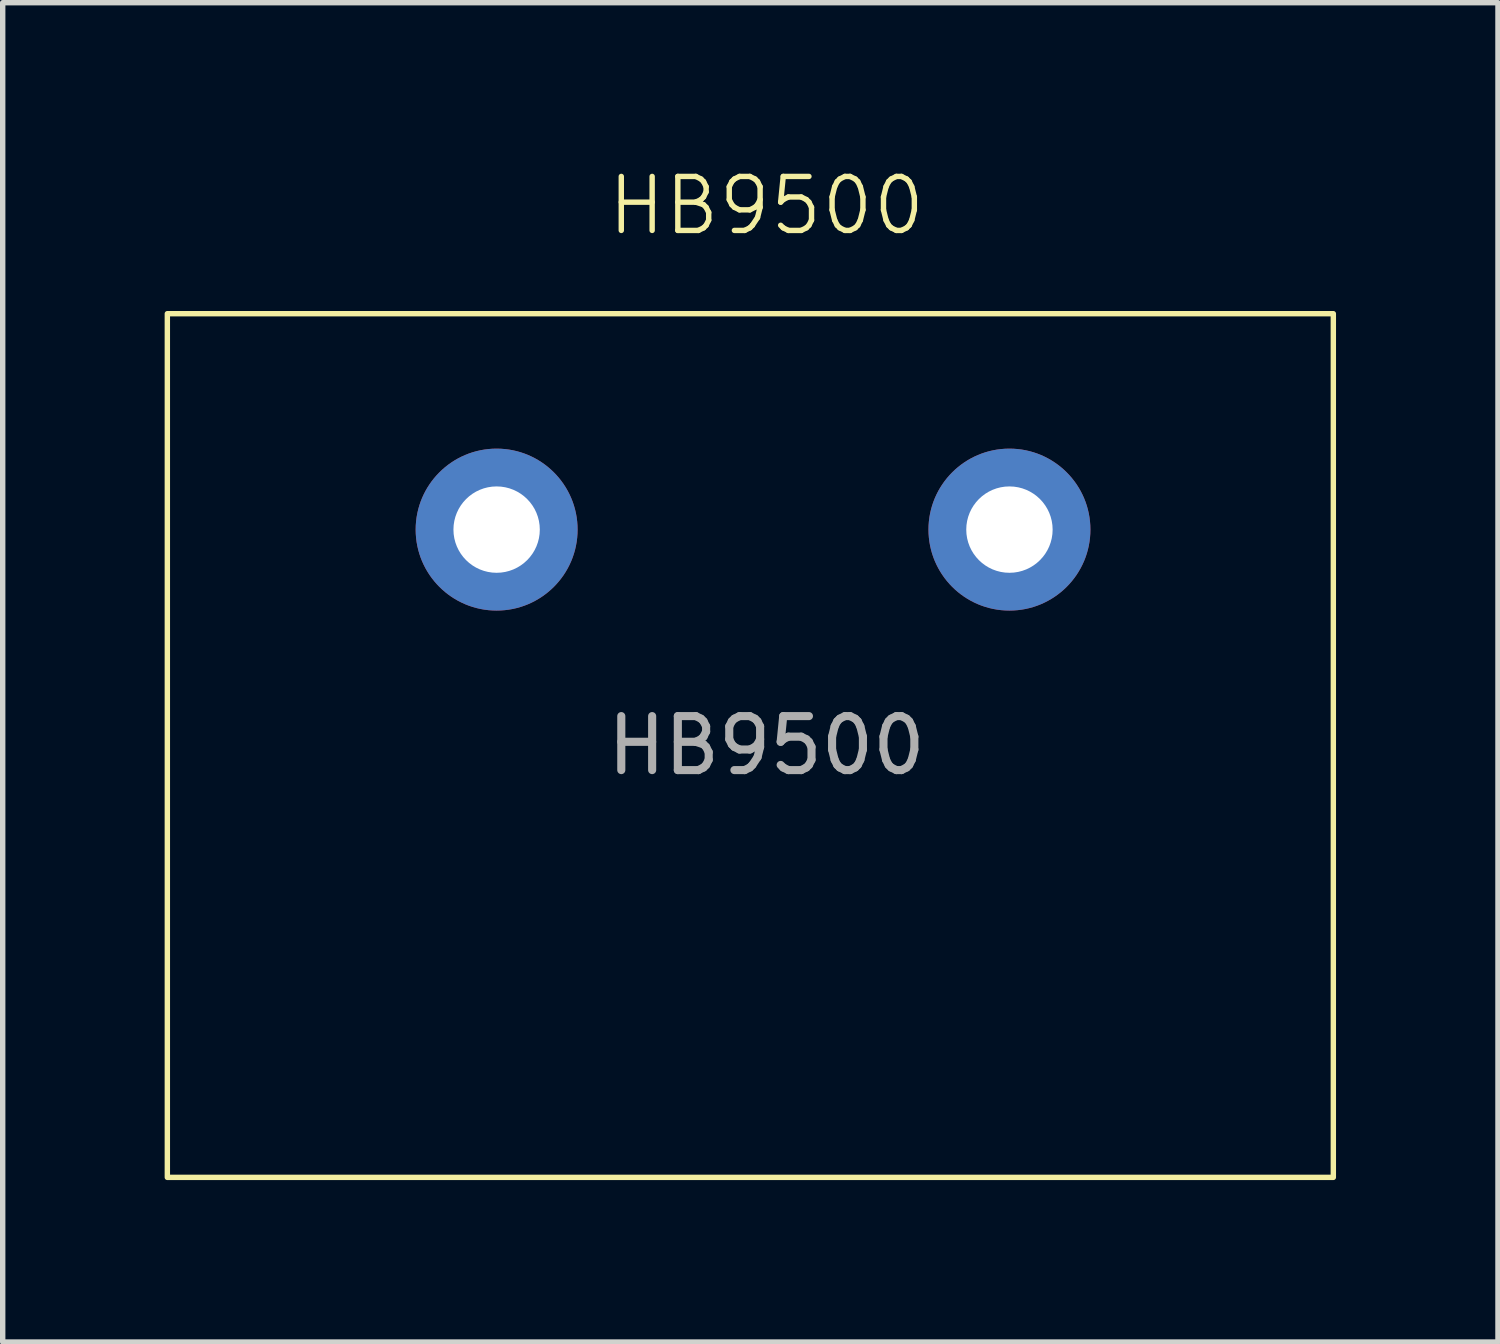
<source format=kicad_pcb>
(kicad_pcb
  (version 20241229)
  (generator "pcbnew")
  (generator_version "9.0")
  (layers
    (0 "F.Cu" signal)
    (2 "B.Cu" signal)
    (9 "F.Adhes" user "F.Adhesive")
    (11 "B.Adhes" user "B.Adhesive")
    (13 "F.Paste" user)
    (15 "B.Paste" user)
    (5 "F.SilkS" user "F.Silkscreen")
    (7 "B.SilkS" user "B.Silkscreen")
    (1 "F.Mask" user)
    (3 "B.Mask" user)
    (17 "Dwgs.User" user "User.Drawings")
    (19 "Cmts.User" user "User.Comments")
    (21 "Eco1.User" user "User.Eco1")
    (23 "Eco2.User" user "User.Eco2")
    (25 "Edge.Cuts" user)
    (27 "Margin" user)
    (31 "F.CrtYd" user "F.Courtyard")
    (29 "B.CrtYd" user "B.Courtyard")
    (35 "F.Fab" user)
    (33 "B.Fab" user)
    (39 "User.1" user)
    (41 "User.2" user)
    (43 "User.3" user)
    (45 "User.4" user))
  (footprint "HB9500"
    (layer "F.Cu")
    (at 6.15 6.761)
    (property "Reference" "HB9500" (at 5 -6 0) (unlocked yes) (layer "F.SilkS") (effects (font (size 1 1) (thickness 0.1))))
    (attr through_hole)
    (fp_rect (start -6.1 -4) (end 15.5 12) (stroke (width 0.1) (type default)) (fill no) (layer "F.SilkS"))
    (fp_text user "${REFERENCE}" (at 5 4 0) (unlocked yes) (layer "F.Fab") (effects (font (size 1 1) (thickness 0.15))))
    (pad "1" thru_hole circle (at 0 0) (size 3 3) (drill 1.6) (layers "*.Cu" "*.Mask"))
    (pad "2" thru_hole circle (at 9.5 0) (size 3 3) (drill 1.6) (layers "*.Cu" "*.Mask")))
  (gr_rect
    (start -3 -3)
    (end 24.7 21.811)
    (stroke (width 0.1) (type default))
    (fill no)
    (layer "Edge.Cuts")))
</source>
